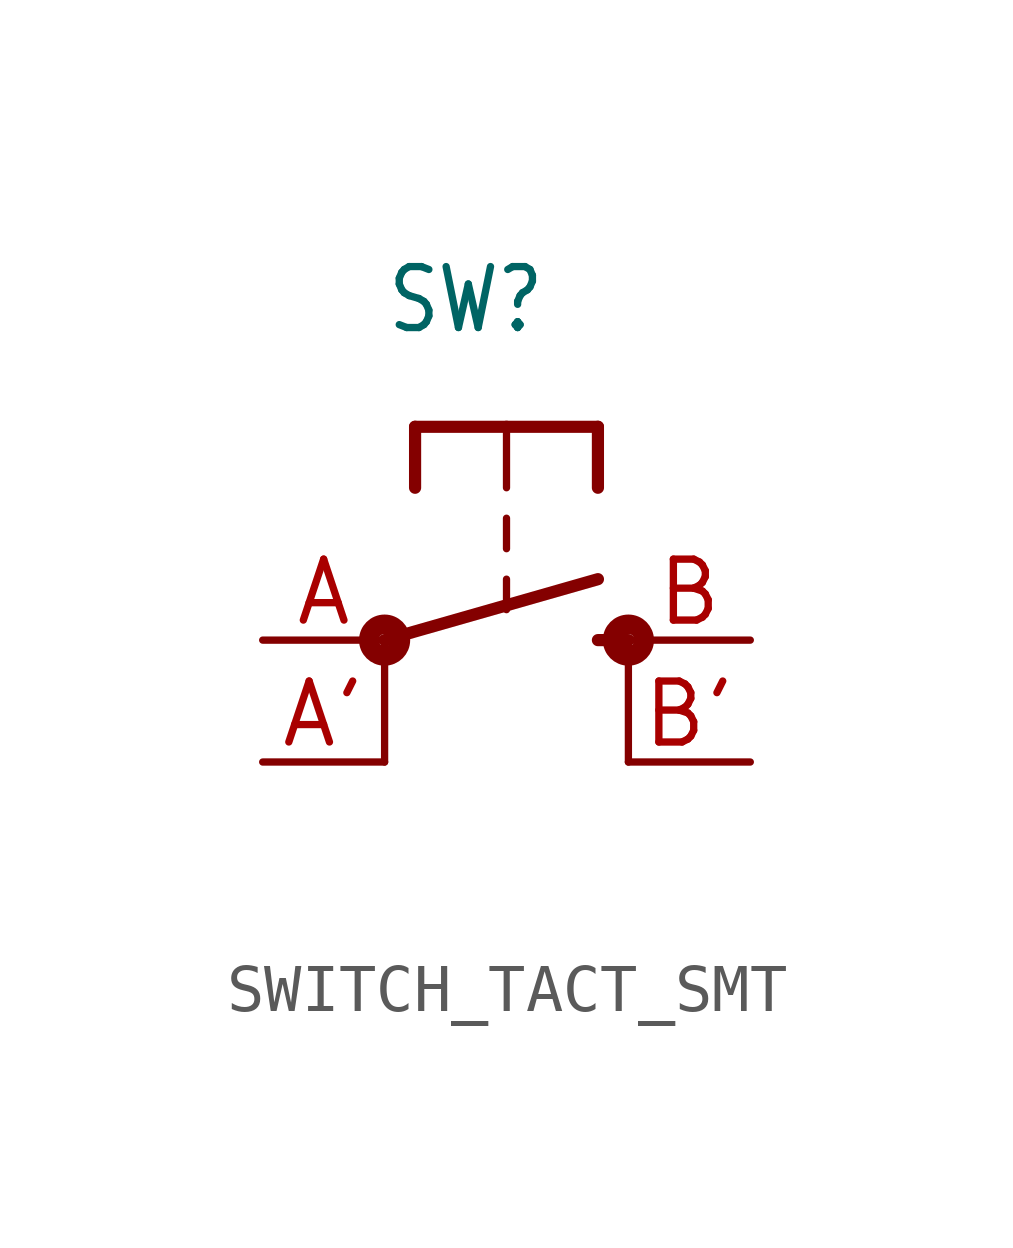
<source format=kicad_sym>
(kicad_symbol_lib
  (version 20231120)
  (generator "kicad_symbol_editor")
  (generator_version "8.0")
  (symbol "SWITCH_TACT_SMT"
    (property "Reference" "SW"
      (at -2.54 6.35 0)
      (effects (font (size 1.27 1.079)) (justify left bottom)))
    (property "Value" ""
      (at -2.54 -5.08 0)
      (effects (font (size 1.27 1.079)) (justify left bottom)))
    (property "ki_locked" ""
      (at 0 0 0)
      (effects (font (size 1.27 1.27))))
    (symbol "SWITCH_TACT_SMT_1_0"
      (circle (center -2.54 0) (radius 0.127) (stroke (width 0.406) (type solid)) (fill (type none)))
      (polyline (pts (xy -2.54 -2.54) (xy -2.54 0)) (stroke (width 0.152) (type solid)) (fill (type none)))
      (polyline (pts (xy -2.54 0) (xy 1.905 1.27)) (stroke (width 0.254) (type solid)) (fill (type none)))
      (polyline (pts (xy -1.905 4.445) (xy -1.905 3.175)) (stroke (width 0.254) (type solid)) (fill (type none)))
      (polyline (pts (xy 0 1.27) (xy 0 0.635)) (stroke (width 0.152) (type solid)) (fill (type none)))
      (polyline (pts (xy 0 2.54) (xy 0 1.905)) (stroke (width 0.152) (type solid)) (fill (type none)))
      (polyline (pts (xy 0 4.445) (xy -1.905 4.445)) (stroke (width 0.254) (type solid)) (fill (type none)))
      (polyline (pts (xy 0 4.445) (xy 0 3.175)) (stroke (width 0.152) (type solid)) (fill (type none)))
      (polyline (pts (xy 1.905 0) (xy 2.54 0)) (stroke (width 0.254) (type solid)) (fill (type none)))
      (polyline (pts (xy 1.905 4.445) (xy 0 4.445)) (stroke (width 0.254) (type solid)) (fill (type none)))
      (polyline (pts (xy 1.905 4.445) (xy 1.905 3.175)) (stroke (width 0.254) (type solid)) (fill (type none)))
      (polyline (pts (xy 2.54 -2.54) (xy 2.54 0)) (stroke (width 0.152) (type solid)) (fill (type none)))
      (circle (center 2.54 0) (radius 0.127) (stroke (width 0.406) (type solid)) (fill (type none)))
      (pin passive line (at -5.08 0 0) (length 2.54) (name "P" (effects (font (size 0 0)))) (number "A" (effects (font (size 1.27 1.27)))))
      (pin passive line (at -5.08 -2.54 0) (length 2.54) (name "P1" (effects (font (size 0 0)))) (number "A'" (effects (font (size 1.27 1.27)))))
      (pin passive line (at 5.08 0 180) (length 2.54) (name "S" (effects (font (size 0 0)))) (number "B" (effects (font (size 1.27 1.27)))))
      (pin passive line (at 5.08 -2.54 180) (length 2.54) (name "S1" (effects (font (size 0 0)))) (number "B'" (effects (font (size 1.27 1.27))))))))
</source>
